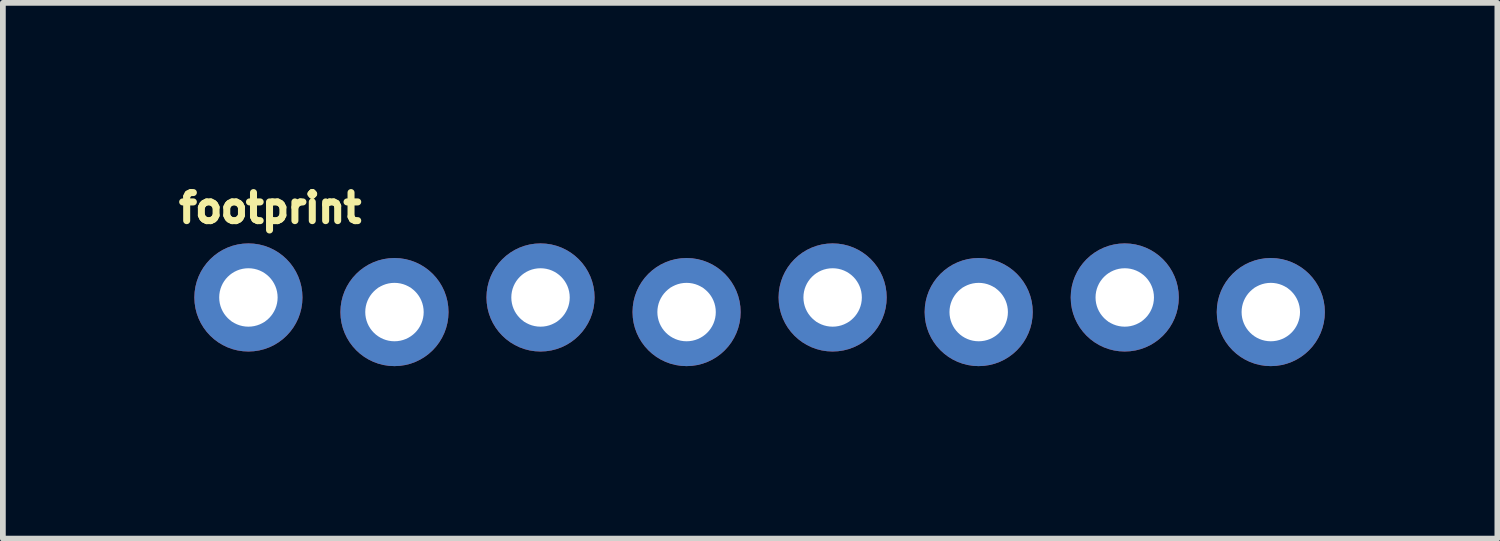
<source format=kicad_pcb>
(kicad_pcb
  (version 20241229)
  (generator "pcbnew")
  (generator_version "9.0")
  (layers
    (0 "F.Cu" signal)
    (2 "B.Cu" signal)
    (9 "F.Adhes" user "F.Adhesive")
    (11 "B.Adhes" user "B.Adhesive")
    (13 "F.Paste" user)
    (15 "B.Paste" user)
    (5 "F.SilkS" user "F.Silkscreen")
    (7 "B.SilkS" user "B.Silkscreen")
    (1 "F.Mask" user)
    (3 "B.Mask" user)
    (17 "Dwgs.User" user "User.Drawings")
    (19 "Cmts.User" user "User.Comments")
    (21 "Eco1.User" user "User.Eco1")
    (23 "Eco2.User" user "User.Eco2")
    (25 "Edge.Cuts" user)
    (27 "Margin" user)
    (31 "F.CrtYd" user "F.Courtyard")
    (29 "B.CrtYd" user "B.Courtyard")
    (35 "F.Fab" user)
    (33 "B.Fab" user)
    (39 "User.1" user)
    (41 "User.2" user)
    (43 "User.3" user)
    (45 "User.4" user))
  (footprint "footprint"
    (layer "F.Cu")
    (at 1.27 2.25)
    (property "Reference" "footprint" (at -1.27 -1.397 0) (layer "F.SilkS") (effects (font (size 0.488 0.488) (thickness 0.122)) (justify left bottom)))
    (fp_poly (pts (xy -0.254 0.254) (xy 0.254 0.254) (xy 0.254 -0.254) (xy -0.254 -0.254)) (stroke (width 0.1) (type solid)) (fill no) (layer "F.Fab"))
    (fp_poly (pts (xy 2.286 0.254) (xy 2.794 0.254) (xy 2.794 -0.254) (xy 2.286 -0.254)) (stroke (width 0.1) (type solid)) (fill no) (layer "F.Fab"))
    (fp_poly (pts (xy 4.826 0.254) (xy 5.334 0.254) (xy 5.334 -0.254) (xy 4.826 -0.254)) (stroke (width 0.1) (type solid)) (fill no) (layer "F.Fab"))
    (fp_poly (pts (xy 7.366 0.254) (xy 7.874 0.254) (xy 7.874 -0.254) (xy 7.366 -0.254)) (stroke (width 0.1) (type solid)) (fill no) (layer "F.Fab"))
    (fp_poly (pts (xy 9.906 0.254) (xy 10.414 0.254) (xy 10.414 -0.254) (xy 9.906 -0.254)) (stroke (width 0.1) (type solid)) (fill no) (layer "F.Fab"))
    (fp_poly (pts (xy 12.446 0.254) (xy 12.954 0.254) (xy 12.954 -0.254) (xy 12.446 -0.254)) (stroke (width 0.1) (type solid)) (fill no) (layer "F.Fab"))
    (fp_poly (pts (xy 14.986 0.254) (xy 15.494 0.254) (xy 15.494 -0.254) (xy 14.986 -0.254)) (stroke (width 0.1) (type solid)) (fill no) (layer "F.Fab"))
    (fp_poly (pts (xy 17.526 0.254) (xy 18.034 0.254) (xy 18.034 -0.254) (xy 17.526 -0.254)) (stroke (width 0.1) (type solid)) (fill no) (layer "F.Fab"))
    (pad "1" thru_hole circle (at 0 -0.127 90) (size 1.88 1.88) (drill 1.016) (layers "*.Cu" "*.Mask"))
    (pad "2" thru_hole circle (at 2.54 0.127 90) (size 1.88 1.88) (drill 1.016) (layers "*.Cu" "*.Mask"))
    (pad "3" thru_hole circle (at 5.08 -0.127 90) (size 1.88 1.88) (drill 1.016) (layers "*.Cu" "*.Mask"))
    (pad "4" thru_hole circle (at 7.62 0.127 90) (size 1.88 1.88) (drill 1.016) (layers "*.Cu" "*.Mask"))
    (pad "5" thru_hole circle (at 10.16 -0.127 90) (size 1.88 1.88) (drill 1.016) (layers "*.Cu" "*.Mask"))
    (pad "6" thru_hole circle (at 12.7 0.127 90) (size 1.88 1.88) (drill 1.016) (layers "*.Cu" "*.Mask"))
    (pad "7" thru_hole circle (at 15.24 -0.127 90) (size 1.88 1.88) (drill 1.016) (layers "*.Cu" "*.Mask"))
    (pad "8" thru_hole circle (at 17.78 0.127 90) (size 1.88 1.88) (drill 1.016) (layers "*.Cu" "*.Mask")))
  (gr_rect
    (start -3 -3)
    (end 22.99 6.317)
    (stroke (width 0.1) (type default))
    (fill no)
    (layer "Edge.Cuts")))
</source>
